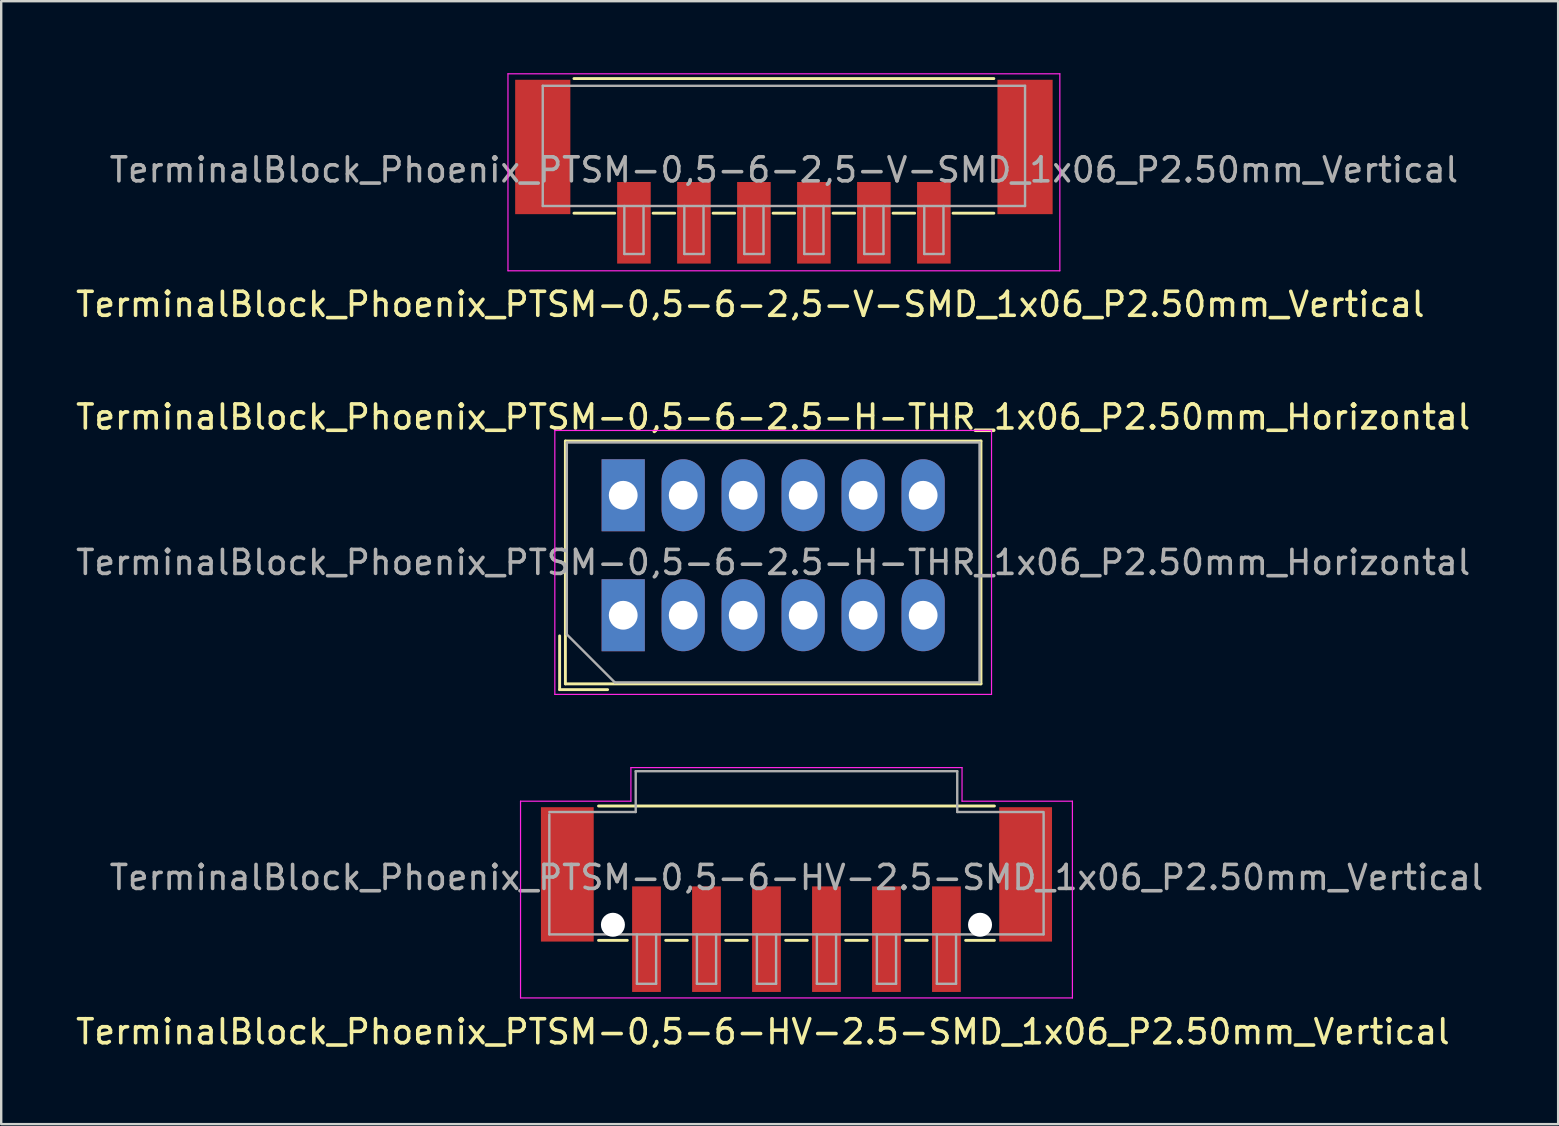
<source format=kicad_pcb>
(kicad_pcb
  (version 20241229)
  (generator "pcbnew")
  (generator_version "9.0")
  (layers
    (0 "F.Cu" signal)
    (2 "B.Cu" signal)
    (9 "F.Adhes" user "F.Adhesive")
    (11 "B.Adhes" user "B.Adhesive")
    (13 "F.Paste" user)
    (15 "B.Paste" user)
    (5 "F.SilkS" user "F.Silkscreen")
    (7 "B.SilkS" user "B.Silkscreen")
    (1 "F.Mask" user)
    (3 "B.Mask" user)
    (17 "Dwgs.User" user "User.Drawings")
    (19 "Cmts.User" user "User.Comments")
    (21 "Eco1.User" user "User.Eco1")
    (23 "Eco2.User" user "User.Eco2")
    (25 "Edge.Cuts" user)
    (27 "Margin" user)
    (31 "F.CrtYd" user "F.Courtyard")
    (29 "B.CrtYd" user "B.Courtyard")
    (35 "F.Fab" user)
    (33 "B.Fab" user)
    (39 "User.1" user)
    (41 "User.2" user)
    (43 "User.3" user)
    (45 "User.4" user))
  (footprint "TerminalBlock_Phoenix_PTSM-0,5-6-2,5-V-SMD_1x06_P2.50mm_Vertical"
    (layer "F.Cu")
    (at 29.62 4.105)
    (property "Reference" "TerminalBlock_Phoenix_PTSM-0,5-6-2,5-V-SMD_1x06_P2.50mm_Vertical" (at -1.4 5.53 0) (layer "F.SilkS") (effects (font (size 1 1) (thickness 0.15))))
    (attr smd)
    (fp_line (start -8.75 -3.88) (end 8.75 -3.88) (stroke (width 0.12) (type solid)) (layer "F.SilkS"))
    (fp_line (start -7.05 1.73) (end -8.75 1.73) (stroke (width 0.12) (type solid)) (layer "F.SilkS"))
    (fp_line (start -4.55 1.73) (end -5.45 1.73) (stroke (width 0.12) (type solid)) (layer "F.SilkS"))
    (fp_line (start -2.05 1.73) (end -2.95 1.73) (stroke (width 0.12) (type solid)) (layer "F.SilkS"))
    (fp_line (start 0.45 1.73) (end -0.45 1.73) (stroke (width 0.12) (type solid)) (layer "F.SilkS"))
    (fp_line (start 2.95 1.73) (end 2.05 1.73) (stroke (width 0.12) (type solid)) (layer "F.SilkS"))
    (fp_line (start 5.45 1.73) (end 4.55 1.73) (stroke (width 0.12) (type solid)) (layer "F.SilkS"))
    (fp_line (start 8.75 1.73) (end 7.05 1.73) (stroke (width 0.12) (type solid)) (layer "F.SilkS"))
    (fp_line (start -11.5 -4.08) (end 11.5 -4.08) (stroke (width 0.05) (type solid)) (layer "F.CrtYd"))
    (fp_line (start -11.5 4.13) (end -11.5 -4.08) (stroke (width 0.05) (type solid)) (layer "F.CrtYd"))
    (fp_line (start 11.5 -4.08) (end 11.5 4.13) (stroke (width 0.05) (type solid)) (layer "F.CrtYd"))
    (fp_line (start 11.5 4.13) (end -11.5 4.13) (stroke (width 0.05) (type solid)) (layer "F.CrtYd"))
    (fp_line (start -10.05 -3.58) (end 10.05 -3.58) (stroke (width 0.1) (type solid)) (layer "F.Fab"))
    (fp_line (start -10.05 1.43) (end -10.05 -3.58) (stroke (width 0.1) (type solid)) (layer "F.Fab"))
    (fp_line (start -6.65 1.43) (end -6.65 3.43) (stroke (width 0.1) (type solid)) (layer "F.Fab"))
    (fp_line (start -6.65 3.43) (end -5.85 3.43) (stroke (width 0.1) (type solid)) (layer "F.Fab"))
    (fp_line (start -5.85 1.43) (end -5.85 3.43) (stroke (width 0.1) (type solid)) (layer "F.Fab"))
    (fp_line (start -4.15 1.43) (end -4.15 3.43) (stroke (width 0.1) (type solid)) (layer "F.Fab"))
    (fp_line (start -4.15 3.43) (end -3.35 3.43) (stroke (width 0.1) (type solid)) (layer "F.Fab"))
    (fp_line (start -3.35 1.43) (end -3.35 3.43) (stroke (width 0.1) (type solid)) (layer "F.Fab"))
    (fp_line (start -1.65 1.43) (end -1.65 3.43) (stroke (width 0.1) (type solid)) (layer "F.Fab"))
    (fp_line (start -1.65 3.43) (end -0.85 3.43) (stroke (width 0.1) (type solid)) (layer "F.Fab"))
    (fp_line (start -0.85 1.43) (end -0.85 3.43) (stroke (width 0.1) (type solid)) (layer "F.Fab"))
    (fp_line (start 0.85 1.43) (end 0.85 3.43) (stroke (width 0.1) (type solid)) (layer "F.Fab"))
    (fp_line (start 0.85 3.43) (end 1.65 3.43) (stroke (width 0.1) (type solid)) (layer "F.Fab"))
    (fp_line (start 1.65 1.43) (end 1.65 3.43) (stroke (width 0.1) (type solid)) (layer "F.Fab"))
    (fp_line (start 3.35 1.43) (end 3.35 3.43) (stroke (width 0.1) (type solid)) (layer "F.Fab"))
    (fp_line (start 3.35 3.43) (end 4.15 3.43) (stroke (width 0.1) (type solid)) (layer "F.Fab"))
    (fp_line (start 4.15 1.43) (end 4.15 3.43) (stroke (width 0.1) (type solid)) (layer "F.Fab"))
    (fp_line (start 5.85 1.43) (end 5.85 3.43) (stroke (width 0.1) (type solid)) (layer "F.Fab"))
    (fp_line (start 5.85 3.43) (end 6.65 3.43) (stroke (width 0.1) (type solid)) (layer "F.Fab"))
    (fp_line (start 6.65 1.43) (end 6.65 3.43) (stroke (width 0.1) (type solid)) (layer "F.Fab"))
    (fp_line (start 10.05 1.43) (end -10.05 1.43) (stroke (width 0.1) (type solid)) (layer "F.Fab"))
    (fp_line (start 10.05 1.43) (end 10.05 -3.58) (stroke (width 0.1) (type solid)) (layer "F.Fab"))
    (fp_text user "${REFERENCE}" (at 0 -0.075 0) (layer "F.Fab") (effects (font (size 1 1) (thickness 0.15))))
    (pad "" smd rect (at -10.05 -1.03 180) (size 2.3 5.6) (layers "F.Cu" "F.Mask" "F.Paste"))
    (pad "" smd rect (at 10.05 -1.03 180) (size 2.3 5.6) (layers "F.Cu" "F.Mask" "F.Paste"))
    (pad "1" smd rect (at -6.25 2.13 180) (size 1.4 3.4) (layers "F.Cu" "F.Mask" "F.Paste"))
    (pad "2" smd rect (at -3.75 2.13 180) (size 1.4 3.4) (layers "F.Cu" "F.Mask" "F.Paste"))
    (pad "3" smd rect (at -1.25 2.13 180) (size 1.4 3.4) (layers "F.Cu" "F.Mask" "F.Paste"))
    (pad "4" smd rect (at 1.25 2.13 180) (size 1.4 3.4) (layers "F.Cu" "F.Mask" "F.Paste"))
    (pad "5" smd rect (at 3.75 2.13 180) (size 1.4 3.4) (layers "F.Cu" "F.Mask" "F.Paste"))
    (pad "6" smd rect (at 6.25 2.13 180) (size 1.4 3.4) (layers "F.Cu" "F.Mask" "F.Paste")))
  (footprint "TerminalBlock_Phoenix_PTSM-0,5-6-HV-2.5-SMD_1x06_P2.50mm_Vertical"
    (layer "F.Cu")
    (at 30.144 34.441)
    (property "Reference" "TerminalBlock_Phoenix_PTSM-0,5-6-HV-2.5-SMD_1x06_P2.50mm_Vertical" (at -1.4 5.51 0) (layer "F.SilkS") (effects (font (size 1 1) (thickness 0.15))))
    (attr smd)
    (fp_line (start -8.25 -3.9) (end 8.25 -3.9) (stroke (width 0.12) (type solid)) (layer "F.SilkS"))
    (fp_line (start -7.05 1.7) (end -8.25 1.7) (stroke (width 0.12) (type solid)) (layer "F.SilkS"))
    (fp_line (start -4.55 1.7) (end -5.45 1.7) (stroke (width 0.12) (type solid)) (layer "F.SilkS"))
    (fp_line (start -2.05 1.7) (end -2.95 1.7) (stroke (width 0.12) (type solid)) (layer "F.SilkS"))
    (fp_line (start 0.45 1.7) (end -0.45 1.7) (stroke (width 0.12) (type solid)) (layer "F.SilkS"))
    (fp_line (start 2.95 1.7) (end 2.05 1.7) (stroke (width 0.12) (type solid)) (layer "F.SilkS"))
    (fp_line (start 5.45 1.7) (end 4.55 1.7) (stroke (width 0.12) (type solid)) (layer "F.SilkS"))
    (fp_line (start 8.25 1.7) (end 7.05 1.7) (stroke (width 0.12) (type solid)) (layer "F.SilkS"))
    (fp_line (start -11.5 -4.1) (end -6.9 -4.1) (stroke (width 0.05) (type solid)) (layer "F.CrtYd"))
    (fp_line (start -11.5 4.1) (end -11.5 -4.1) (stroke (width 0.05) (type solid)) (layer "F.CrtYd"))
    (fp_line (start -6.9 -5.5) (end 6.9 -5.5) (stroke (width 0.05) (type solid)) (layer "F.CrtYd"))
    (fp_line (start -6.9 -4.1) (end -6.9 -5.5) (stroke (width 0.05) (type solid)) (layer "F.CrtYd"))
    (fp_line (start 6.9 -4.1) (end 6.9 -5.5) (stroke (width 0.05) (type solid)) (layer "F.CrtYd"))
    (fp_line (start 11.5 -4.1) (end 6.9 -4.1) (stroke (width 0.05) (type solid)) (layer "F.CrtYd"))
    (fp_line (start 11.5 -4.1) (end 11.5 4.1) (stroke (width 0.05) (type solid)) (layer "F.CrtYd"))
    (fp_line (start 11.5 4.1) (end -11.5 4.1) (stroke (width 0.05) (type solid)) (layer "F.CrtYd"))
    (fp_line (start -10.3 -3.65) (end -6.7 -3.65) (stroke (width 0.1) (type solid)) (layer "F.Fab"))
    (fp_line (start -10.3 1.45) (end -10.3 -3.55) (stroke (width 0.1) (type solid)) (layer "F.Fab"))
    (fp_line (start -6.7 -5.35) (end 6.7 -5.35) (stroke (width 0.1) (type solid)) (layer "F.Fab"))
    (fp_line (start -6.7 -3.65) (end -6.7 -5.35) (stroke (width 0.1) (type solid)) (layer "F.Fab"))
    (fp_line (start -6.65 1.45) (end -6.65 3.51) (stroke (width 0.1) (type solid)) (layer "F.Fab"))
    (fp_line (start -6.65 3.51) (end -5.85 3.51) (stroke (width 0.1) (type solid)) (layer "F.Fab"))
    (fp_line (start -5.85 1.45) (end -5.85 3.51) (stroke (width 0.1) (type solid)) (layer "F.Fab"))
    (fp_line (start -4.15 1.45) (end -4.15 3.51) (stroke (width 0.1) (type solid)) (layer "F.Fab"))
    (fp_line (start -4.15 3.51) (end -3.35 3.51) (stroke (width 0.1) (type solid)) (layer "F.Fab"))
    (fp_line (start -3.35 1.45) (end -3.35 3.51) (stroke (width 0.1) (type solid)) (layer "F.Fab"))
    (fp_line (start -1.65 1.45) (end -1.65 3.51) (stroke (width 0.1) (type solid)) (layer "F.Fab"))
    (fp_line (start -1.65 3.51) (end -0.85 3.51) (stroke (width 0.1) (type solid)) (layer "F.Fab"))
    (fp_line (start -0.85 1.45) (end -0.85 3.51) (stroke (width 0.1) (type solid)) (layer "F.Fab"))
    (fp_line (start 0.85 1.45) (end 0.85 3.51) (stroke (width 0.1) (type solid)) (layer "F.Fab"))
    (fp_line (start 0.85 3.51) (end 1.65 3.51) (stroke (width 0.1) (type solid)) (layer "F.Fab"))
    (fp_line (start 1.65 1.45) (end 1.65 3.51) (stroke (width 0.1) (type solid)) (layer "F.Fab"))
    (fp_line (start 3.35 1.45) (end 3.35 3.51) (stroke (width 0.1) (type solid)) (layer "F.Fab"))
    (fp_line (start 3.35 3.51) (end 4.15 3.51) (stroke (width 0.1) (type solid)) (layer "F.Fab"))
    (fp_line (start 4.15 1.45) (end 4.15 3.51) (stroke (width 0.1) (type solid)) (layer "F.Fab"))
    (fp_line (start 5.85 1.45) (end 5.85 3.51) (stroke (width 0.1) (type solid)) (layer "F.Fab"))
    (fp_line (start 5.85 3.51) (end 6.65 3.51) (stroke (width 0.1) (type solid)) (layer "F.Fab"))
    (fp_line (start 6.65 1.45) (end 6.65 3.51) (stroke (width 0.1) (type solid)) (layer "F.Fab"))
    (fp_line (start 6.7 -5.35) (end 6.7 -3.65) (stroke (width 0.1) (type solid)) (layer "F.Fab"))
    (fp_line (start 6.7 -3.65) (end 10.3 -3.65) (stroke (width 0.1) (type solid)) (layer "F.Fab"))
    (fp_line (start 10.3 1.45) (end -10.3 1.45) (stroke (width 0.1) (type solid)) (layer "F.Fab"))
    (fp_line (start 10.3 1.45) (end 10.3 -3.6) (stroke (width 0.1) (type solid)) (layer "F.Fab"))
    (fp_text user "${REFERENCE}" (at 0 -0.92 0) (layer "F.Fab") (effects (font (size 1 1) (thickness 0.15))))
    (pad "" np_thru_hole circle (at -7.65 1.05) (size 1 1) (drill 1) (layers "*.Cu" "*.Mask"))
    (pad "" np_thru_hole circle (at 7.65 1.05) (size 1 1) (drill 1) (layers "*.Cu" "*.Mask"))
    (pad "1" smd rect (at -6.25 1.65 180) (size 1.2 4.4) (layers "F.Cu" "F.Mask" "F.Paste"))
    (pad "2" smd rect (at -3.75 1.65 180) (size 1.2 4.4) (layers "F.Cu" "F.Mask" "F.Paste"))
    (pad "3" smd rect (at -1.25 1.65 180) (size 1.2 4.4) (layers "F.Cu" "F.Mask" "F.Paste"))
    (pad "4" smd rect (at 1.25 1.65 180) (size 1.2 4.4) (layers "F.Cu" "F.Mask" "F.Paste"))
    (pad "5" smd rect (at 3.75 1.65 180) (size 1.2 4.4) (layers "F.Cu" "F.Mask" "F.Paste"))
    (pad "6" smd rect (at 6.25 1.65 180) (size 1.2 4.4) (layers "F.Cu" "F.Mask" "F.Paste"))
    (pad "MP" smd rect (at -9.55 -1.05 180) (size 2.2 5.6) (layers "F.Cu" "F.Mask" "F.Paste"))
    (pad "MP" smd rect (at 9.55 -1.05 180) (size 2.2 5.6) (layers "F.Cu" "F.Mask" "F.Paste")))
  (footprint "TerminalBlock_Phoenix_PTSM-0,5-6-2.5-H-THR_1x06_P2.50mm_Horizontal"
    (layer "F.Cu")
    (at 22.923 22.591)
    (property "Reference" "TerminalBlock_Phoenix_PTSM-0,5-6-2.5-H-THR_1x06_P2.50mm_Horizontal" (at 6.25 -8.26 0) (layer "F.SilkS") (effects (font (size 1 1) (thickness 0.15))))
    (attr through_hole)
    (fp_line (start -2.65 0.86) (end -2.65 3.1) (stroke (width 0.12) (type solid)) (layer "F.SilkS"))
    (fp_line (start -2.65 3.1) (end -0.65 3.1) (stroke (width 0.12) (type solid)) (layer "F.SilkS"))
    (fp_line (start -2.41 -7.26) (end -2.41 2.86) (stroke (width 0.12) (type solid)) (layer "F.SilkS"))
    (fp_line (start -2.41 -7.26) (end 14.91 -7.26) (stroke (width 0.12) (type solid)) (layer "F.SilkS"))
    (fp_line (start -2.41 2.86) (end 14.91 2.86) (stroke (width 0.12) (type solid)) (layer "F.SilkS"))
    (fp_line (start 14.91 -7.26) (end 14.91 2.86) (stroke (width 0.12) (type solid)) (layer "F.SilkS"))
    (fp_line (start -2.85 -7.7) (end -2.85 3.3) (stroke (width 0.05) (type solid)) (layer "F.CrtYd"))
    (fp_line (start -2.85 3.3) (end 15.35 3.3) (stroke (width 0.05) (type solid)) (layer "F.CrtYd"))
    (fp_line (start 15.35 -7.7) (end -2.85 -7.7) (stroke (width 0.05) (type solid)) (layer "F.CrtYd"))
    (fp_line (start 15.35 3.3) (end 15.35 -7.7) (stroke (width 0.05) (type solid)) (layer "F.CrtYd"))
    (fp_line (start -2.35 -7.2) (end 14.85 -7.2) (stroke (width 0.1) (type solid)) (layer "F.Fab"))
    (fp_line (start -2.35 0.8) (end -2.35 -7.2) (stroke (width 0.1) (type solid)) (layer "F.Fab"))
    (fp_line (start -0.35 2.8) (end -2.35 0.8) (stroke (width 0.1) (type solid)) (layer "F.Fab"))
    (fp_line (start 14.85 -7.2) (end 14.85 2.8) (stroke (width 0.1) (type solid)) (layer "F.Fab"))
    (fp_line (start 14.85 2.8) (end -0.35 2.8) (stroke (width 0.1) (type solid)) (layer "F.Fab"))
    (fp_text user "${REFERENCE}" (at 6.25 -2.2 0) (layer "F.Fab") (effects (font (size 1 1) (thickness 0.15))))
    (pad "1" thru_hole rect (at 0 -5) (size 1.8 3) (drill 1.2) (layers "*.Cu" "*.Mask"))
    (pad "1" thru_hole rect (at 0 0) (size 1.8 3) (drill 1.2) (layers "*.Cu" "*.Mask"))
    (pad "2" thru_hole oval (at 2.5 -5) (size 1.8 3) (drill 1.2) (layers "*.Cu" "*.Mask"))
    (pad "2" thru_hole oval (at 2.5 0) (size 1.8 3) (drill 1.2) (layers "*.Cu" "*.Mask"))
    (pad "3" thru_hole oval (at 5 -5) (size 1.8 3) (drill 1.2) (layers "*.Cu" "*.Mask"))
    (pad "3" thru_hole oval (at 5 0) (size 1.8 3) (drill 1.2) (layers "*.Cu" "*.Mask"))
    (pad "4" thru_hole oval (at 7.5 -5) (size 1.8 3) (drill 1.2) (layers "*.Cu" "*.Mask"))
    (pad "4" thru_hole oval (at 7.5 0) (size 1.8 3) (drill 1.2) (layers "*.Cu" "*.Mask"))
    (pad "5" thru_hole oval (at 10 -5) (size 1.8 3) (drill 1.2) (layers "*.Cu" "*.Mask"))
    (pad "5" thru_hole oval (at 10 0) (size 1.8 3) (drill 1.2) (layers "*.Cu" "*.Mask"))
    (pad "6" thru_hole oval (at 12.5 -5) (size 1.8 3) (drill 1.2) (layers "*.Cu" "*.Mask"))
    (pad "6" thru_hole oval (at 12.5 0) (size 1.8 3) (drill 1.2) (layers "*.Cu" "*.Mask")))
  (gr_rect
    (start -3 -3)
    (end 61.888 43.8)
    (stroke (width 0.1) (type default))
    (fill no)
    (layer "Edge.Cuts")))
</source>
